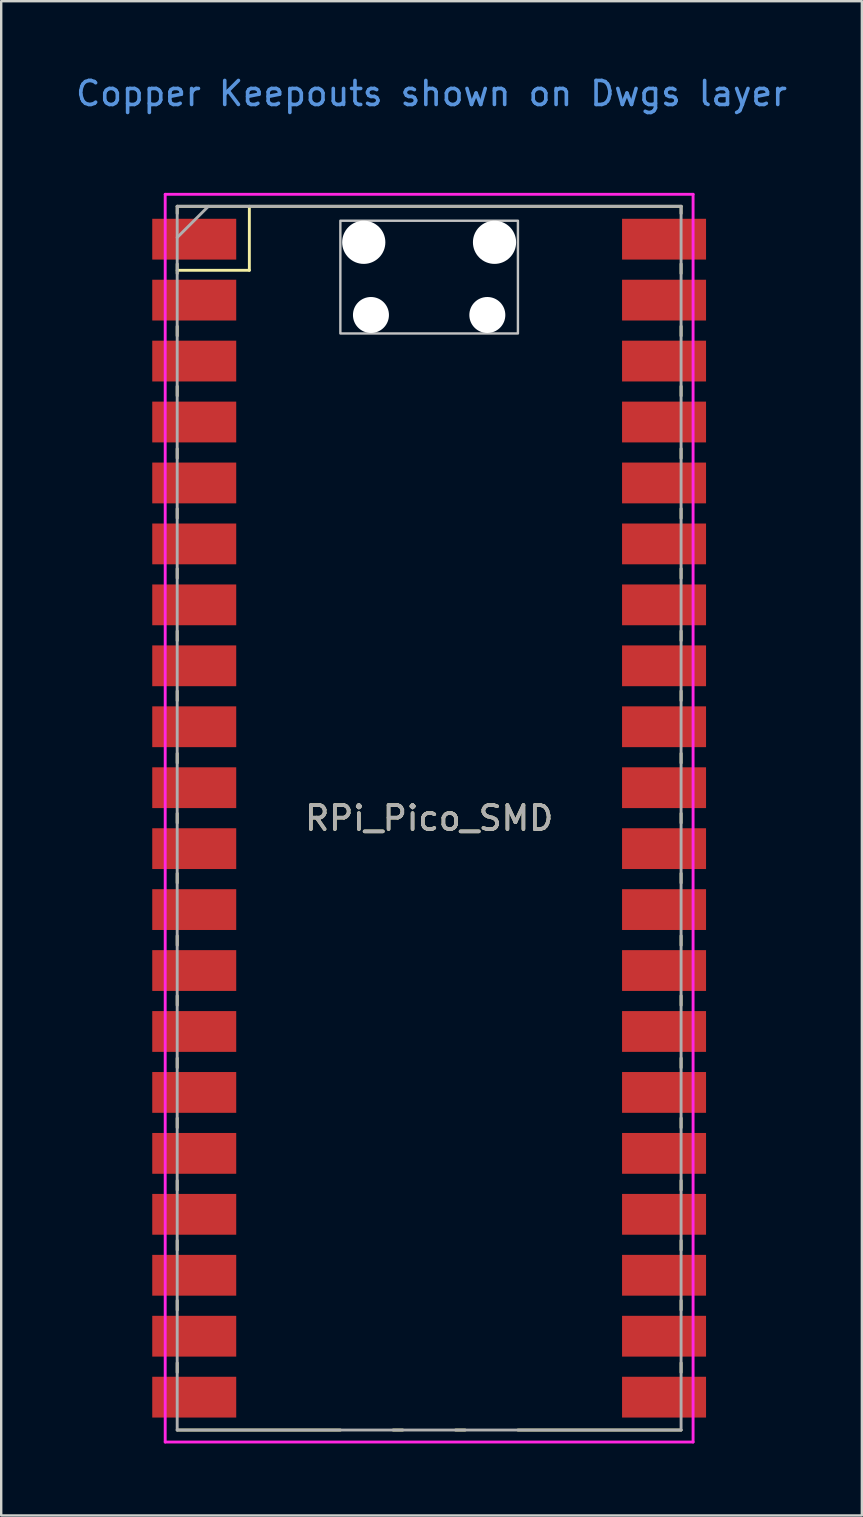
<source format=kicad_pcb>
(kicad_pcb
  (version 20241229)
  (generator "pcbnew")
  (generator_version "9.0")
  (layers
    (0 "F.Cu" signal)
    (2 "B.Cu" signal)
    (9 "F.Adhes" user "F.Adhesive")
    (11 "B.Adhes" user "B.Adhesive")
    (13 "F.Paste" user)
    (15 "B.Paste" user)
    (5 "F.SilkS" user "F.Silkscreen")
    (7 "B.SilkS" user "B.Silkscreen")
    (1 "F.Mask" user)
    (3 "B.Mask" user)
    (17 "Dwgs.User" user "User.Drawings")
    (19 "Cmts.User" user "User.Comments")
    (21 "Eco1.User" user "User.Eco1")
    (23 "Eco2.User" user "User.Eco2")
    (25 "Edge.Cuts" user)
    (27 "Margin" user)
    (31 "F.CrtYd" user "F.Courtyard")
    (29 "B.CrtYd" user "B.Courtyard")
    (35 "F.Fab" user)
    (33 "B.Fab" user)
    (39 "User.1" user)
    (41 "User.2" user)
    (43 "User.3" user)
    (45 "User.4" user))
  (footprint "RPi_Pico_SMD"
    (layer "F.Cu")
    (at 14.835 31.048)
    (property "Reference" "RPi_Pico_SMD" (at 0 0 0) (layer "F.SilkS") (effects (font (size 1 1) (thickness 0.15))))
    (attr through_hole)
    (fp_line (start -10.5 -25.5) (end -10.5 -25.2) (stroke (width 0.12) (type solid)) (layer "F.SilkS"))
    (fp_line (start -10.5 -25.5) (end 10.5 -25.5) (stroke (width 0.12) (type solid)) (layer "F.SilkS"))
    (fp_line (start -10.5 -23.1) (end -10.5 -22.7) (stroke (width 0.12) (type solid)) (layer "F.SilkS"))
    (fp_line (start -10.5 -22.833) (end -7.493 -22.833) (stroke (width 0.12) (type solid)) (layer "F.SilkS"))
    (fp_line (start -10.5 -20.5) (end -10.5 -20.1) (stroke (width 0.12) (type solid)) (layer "F.SilkS"))
    (fp_line (start -10.5 -18) (end -10.5 -17.6) (stroke (width 0.12) (type solid)) (layer "F.SilkS"))
    (fp_line (start -10.5 -15.4) (end -10.5 -15) (stroke (width 0.12) (type solid)) (layer "F.SilkS"))
    (fp_line (start -10.5 -12.9) (end -10.5 -12.5) (stroke (width 0.12) (type solid)) (layer "F.SilkS"))
    (fp_line (start -10.5 -10.4) (end -10.5 -10) (stroke (width 0.12) (type solid)) (layer "F.SilkS"))
    (fp_line (start -10.5 -7.8) (end -10.5 -7.4) (stroke (width 0.12) (type solid)) (layer "F.SilkS"))
    (fp_line (start -10.5 -5.3) (end -10.5 -4.9) (stroke (width 0.12) (type solid)) (layer "F.SilkS"))
    (fp_line (start -10.5 -2.7) (end -10.5 -2.3) (stroke (width 0.12) (type solid)) (layer "F.SilkS"))
    (fp_line (start -10.5 -0.2) (end -10.5 0.2) (stroke (width 0.12) (type solid)) (layer "F.SilkS"))
    (fp_line (start -10.5 2.3) (end -10.5 2.7) (stroke (width 0.12) (type solid)) (layer "F.SilkS"))
    (fp_line (start -10.5 4.9) (end -10.5 5.3) (stroke (width 0.12) (type solid)) (layer "F.SilkS"))
    (fp_line (start -10.5 7.4) (end -10.5 7.8) (stroke (width 0.12) (type solid)) (layer "F.SilkS"))
    (fp_line (start -10.5 10) (end -10.5 10.4) (stroke (width 0.12) (type solid)) (layer "F.SilkS"))
    (fp_line (start -10.5 12.5) (end -10.5 12.9) (stroke (width 0.12) (type solid)) (layer "F.SilkS"))
    (fp_line (start -10.5 15.1) (end -10.5 15.5) (stroke (width 0.12) (type solid)) (layer "F.SilkS"))
    (fp_line (start -10.5 17.6) (end -10.5 18) (stroke (width 0.12) (type solid)) (layer "F.SilkS"))
    (fp_line (start -10.5 20.1) (end -10.5 20.5) (stroke (width 0.12) (type solid)) (layer "F.SilkS"))
    (fp_line (start -10.5 22.7) (end -10.5 23.1) (stroke (width 0.12) (type solid)) (layer "F.SilkS"))
    (fp_line (start -7.493 -22.833) (end -7.493 -25.5) (stroke (width 0.12) (type solid)) (layer "F.SilkS"))
    (fp_line (start -3.7 25.5) (end -10.5 25.5) (stroke (width 0.12) (type solid)) (layer "F.SilkS"))
    (fp_line (start -1.5 25.5) (end -1.1 25.5) (stroke (width 0.12) (type solid)) (layer "F.SilkS"))
    (fp_line (start 1.1 25.5) (end 1.5 25.5) (stroke (width 0.12) (type solid)) (layer "F.SilkS"))
    (fp_line (start 10.5 -25.5) (end 10.5 -25.2) (stroke (width 0.12) (type solid)) (layer "F.SilkS"))
    (fp_line (start 10.5 -23.1) (end 10.5 -22.7) (stroke (width 0.12) (type solid)) (layer "F.SilkS"))
    (fp_line (start 10.5 -20.5) (end 10.5 -20.1) (stroke (width 0.12) (type solid)) (layer "F.SilkS"))
    (fp_line (start 10.5 -18) (end 10.5 -17.6) (stroke (width 0.12) (type solid)) (layer "F.SilkS"))
    (fp_line (start 10.5 -15.4) (end 10.5 -15) (stroke (width 0.12) (type solid)) (layer "F.SilkS"))
    (fp_line (start 10.5 -12.9) (end 10.5 -12.5) (stroke (width 0.12) (type solid)) (layer "F.SilkS"))
    (fp_line (start 10.5 -10.4) (end 10.5 -10) (stroke (width 0.12) (type solid)) (layer "F.SilkS"))
    (fp_line (start 10.5 -7.8) (end 10.5 -7.4) (stroke (width 0.12) (type solid)) (layer "F.SilkS"))
    (fp_line (start 10.5 -5.3) (end 10.5 -4.9) (stroke (width 0.12) (type solid)) (layer "F.SilkS"))
    (fp_line (start 10.5 -2.7) (end 10.5 -2.3) (stroke (width 0.12) (type solid)) (layer "F.SilkS"))
    (fp_line (start 10.5 -0.2) (end 10.5 0.2) (stroke (width 0.12) (type solid)) (layer "F.SilkS"))
    (fp_line (start 10.5 2.3) (end 10.5 2.7) (stroke (width 0.12) (type solid)) (layer "F.SilkS"))
    (fp_line (start 10.5 4.9) (end 10.5 5.3) (stroke (width 0.12) (type solid)) (layer "F.SilkS"))
    (fp_line (start 10.5 7.4) (end 10.5 7.8) (stroke (width 0.12) (type solid)) (layer "F.SilkS"))
    (fp_line (start 10.5 10) (end 10.5 10.4) (stroke (width 0.12) (type solid)) (layer "F.SilkS"))
    (fp_line (start 10.5 12.5) (end 10.5 12.9) (stroke (width 0.12) (type solid)) (layer "F.SilkS"))
    (fp_line (start 10.5 15.1) (end 10.5 15.5) (stroke (width 0.12) (type solid)) (layer "F.SilkS"))
    (fp_line (start 10.5 17.6) (end 10.5 18) (stroke (width 0.12) (type solid)) (layer "F.SilkS"))
    (fp_line (start 10.5 20.1) (end 10.5 20.5) (stroke (width 0.12) (type solid)) (layer "F.SilkS"))
    (fp_line (start 10.5 22.7) (end 10.5 23.1) (stroke (width 0.12) (type solid)) (layer "F.SilkS"))
    (fp_line (start 10.5 25.5) (end 3.7 25.5) (stroke (width 0.12) (type solid)) (layer "F.SilkS"))
    (fp_poly (pts (xy 3.7 -20.2) (xy -3.7 -20.2) (xy -3.7 -24.9) (xy 3.7 -24.9)) (stroke (width 0.1) (type solid)) (fill no) (layer "Dwgs.User"))
    (fp_line (start -11 -26) (end 11 -26) (stroke (width 0.12) (type solid)) (layer "F.CrtYd"))
    (fp_line (start -11 26) (end -11 -26) (stroke (width 0.12) (type solid)) (layer "F.CrtYd"))
    (fp_line (start 11 -26) (end 11 26) (stroke (width 0.12) (type solid)) (layer "F.CrtYd"))
    (fp_line (start 11 26) (end -11 26) (stroke (width 0.12) (type solid)) (layer "F.CrtYd"))
    (fp_line (start -10.5 -25.5) (end 10.5 -25.5) (stroke (width 0.12) (type solid)) (layer "F.Fab"))
    (fp_line (start -10.5 -24.2) (end -9.2 -25.5) (stroke (width 0.12) (type solid)) (layer "F.Fab"))
    (fp_line (start -10.5 25.5) (end -10.5 -25.5) (stroke (width 0.12) (type solid)) (layer "F.Fab"))
    (fp_line (start 10.5 -25.5) (end 10.5 25.5) (stroke (width 0.12) (type solid)) (layer "F.Fab"))
    (fp_line (start 10.5 25.5) (end -10.5 25.5) (stroke (width 0.12) (type solid)) (layer "F.Fab"))
    (fp_text user "Copper Keepouts shown on Dwgs layer" (at 0.1 -30.2 0) (layer "Cmts.User") (effects (font (size 1 1) (thickness 0.15))))
    (fp_text user "${REFERENCE}" (at 0 0 180) (layer "F.Fab") (effects (font (size 1 1) (thickness 0.15))))
    (pad "" np_thru_hole oval (at -2.725 -24) (size 1.8 1.8) (drill 1.8) (layers "*.Cu" "*.Mask"))
    (pad "" np_thru_hole oval (at -2.425 -20.97) (size 1.5 1.5) (drill 1.5) (layers "*.Cu" "*.Mask"))
    (pad "" np_thru_hole oval (at 2.425 -20.97) (size 1.5 1.5) (drill 1.5) (layers "*.Cu" "*.Mask"))
    (pad "" np_thru_hole oval (at 2.725 -24) (size 1.8 1.8) (drill 1.8) (layers "*.Cu" "*.Mask"))
    (pad "1" smd rect (at -8.89 -24.13) (size 3.5 1.7) (drill (offset -0.9 0)) (layers "F.Cu" "F.Mask"))
    (pad "2" smd rect (at -8.89 -21.59) (size 3.5 1.7) (drill (offset -0.9 0)) (layers "F.Cu" "F.Mask"))
    (pad "3" smd rect (at -8.89 -19.05) (size 3.5 1.7) (drill (offset -0.9 0)) (layers "F.Cu" "F.Mask"))
    (pad "4" smd rect (at -8.89 -16.51) (size 3.5 1.7) (drill (offset -0.9 0)) (layers "F.Cu" "F.Mask"))
    (pad "5" smd rect (at -8.89 -13.97) (size 3.5 1.7) (drill (offset -0.9 0)) (layers "F.Cu" "F.Mask"))
    (pad "6" smd rect (at -8.89 -11.43) (size 3.5 1.7) (drill (offset -0.9 0)) (layers "F.Cu" "F.Mask"))
    (pad "7" smd rect (at -8.89 -8.89) (size 3.5 1.7) (drill (offset -0.9 0)) (layers "F.Cu" "F.Mask"))
    (pad "8" smd rect (at -8.89 -6.35) (size 3.5 1.7) (drill (offset -0.9 0)) (layers "F.Cu" "F.Mask"))
    (pad "9" smd rect (at -8.89 -3.81) (size 3.5 1.7) (drill (offset -0.9 0)) (layers "F.Cu" "F.Mask"))
    (pad "10" smd rect (at -8.89 -1.27) (size 3.5 1.7) (drill (offset -0.9 0)) (layers "F.Cu" "F.Mask"))
    (pad "11" smd rect (at -8.89 1.27) (size 3.5 1.7) (drill (offset -0.9 0)) (layers "F.Cu" "F.Mask"))
    (pad "12" smd rect (at -8.89 3.81) (size 3.5 1.7) (drill (offset -0.9 0)) (layers "F.Cu" "F.Mask"))
    (pad "13" smd rect (at -8.89 6.35) (size 3.5 1.7) (drill (offset -0.9 0)) (layers "F.Cu" "F.Mask"))
    (pad "14" smd rect (at -8.89 8.89) (size 3.5 1.7) (drill (offset -0.9 0)) (layers "F.Cu" "F.Mask"))
    (pad "15" smd rect (at -8.89 11.43) (size 3.5 1.7) (drill (offset -0.9 0)) (layers "F.Cu" "F.Mask"))
    (pad "16" smd rect (at -8.89 13.97) (size 3.5 1.7) (drill (offset -0.9 0)) (layers "F.Cu" "F.Mask"))
    (pad "17" smd rect (at -8.89 16.51) (size 3.5 1.7) (drill (offset -0.9 0)) (layers "F.Cu" "F.Mask"))
    (pad "18" smd rect (at -8.89 19.05) (size 3.5 1.7) (drill (offset -0.9 0)) (layers "F.Cu" "F.Mask"))
    (pad "19" smd rect (at -8.89 21.59) (size 3.5 1.7) (drill (offset -0.9 0)) (layers "F.Cu" "F.Mask"))
    (pad "20" smd rect (at -8.89 24.13) (size 3.5 1.7) (drill (offset -0.9 0)) (layers "F.Cu" "F.Mask"))
    (pad "21" smd rect (at 8.89 24.13) (size 3.5 1.7) (drill (offset 0.9 0)) (layers "F.Cu" "F.Mask"))
    (pad "22" smd rect (at 8.89 21.59) (size 3.5 1.7) (drill (offset 0.9 0)) (layers "F.Cu" "F.Mask"))
    (pad "23" smd rect (at 8.89 19.05) (size 3.5 1.7) (drill (offset 0.9 0)) (layers "F.Cu" "F.Mask"))
    (pad "24" smd rect (at 8.89 16.51) (size 3.5 1.7) (drill (offset 0.9 0)) (layers "F.Cu" "F.Mask"))
    (pad "25" smd rect (at 8.89 13.97) (size 3.5 1.7) (drill (offset 0.9 0)) (layers "F.Cu" "F.Mask"))
    (pad "26" smd rect (at 8.89 11.43) (size 3.5 1.7) (drill (offset 0.9 0)) (layers "F.Cu" "F.Mask"))
    (pad "27" smd rect (at 8.89 8.89) (size 3.5 1.7) (drill (offset 0.9 0)) (layers "F.Cu" "F.Mask"))
    (pad "28" smd rect (at 8.89 6.35) (size 3.5 1.7) (drill (offset 0.9 0)) (layers "F.Cu" "F.Mask"))
    (pad "29" smd rect (at 8.89 3.81) (size 3.5 1.7) (drill (offset 0.9 0)) (layers "F.Cu" "F.Mask"))
    (pad "30" smd rect (at 8.89 1.27) (size 3.5 1.7) (drill (offset 0.9 0)) (layers "F.Cu" "F.Mask"))
    (pad "31" smd rect (at 8.89 -1.27) (size 3.5 1.7) (drill (offset 0.9 0)) (layers "F.Cu" "F.Mask"))
    (pad "32" smd rect (at 8.89 -3.81) (size 3.5 1.7) (drill (offset 0.9 0)) (layers "F.Cu" "F.Mask"))
    (pad "33" smd rect (at 8.89 -6.35) (size 3.5 1.7) (drill (offset 0.9 0)) (layers "F.Cu" "F.Mask"))
    (pad "34" smd rect (at 8.89 -8.89) (size 3.5 1.7) (drill (offset 0.9 0)) (layers "F.Cu" "F.Mask"))
    (pad "35" smd rect (at 8.89 -11.43) (size 3.5 1.7) (drill (offset 0.9 0)) (layers "F.Cu" "F.Mask"))
    (pad "36" smd rect (at 8.89 -13.97) (size 3.5 1.7) (drill (offset 0.9 0)) (layers "F.Cu" "F.Mask"))
    (pad "37" smd rect (at 8.89 -16.51) (size 3.5 1.7) (drill (offset 0.9 0)) (layers "F.Cu" "F.Mask"))
    (pad "38" smd rect (at 8.89 -19.05) (size 3.5 1.7) (drill (offset 0.9 0)) (layers "F.Cu" "F.Mask"))
    (pad "39" smd rect (at 8.89 -21.59) (size 3.5 1.7) (drill (offset 0.9 0)) (layers "F.Cu" "F.Mask"))
    (pad "40" smd rect (at 8.89 -24.13) (size 3.5 1.7) (drill (offset 0.9 0)) (layers "F.Cu" "F.Mask")))
  (gr_rect
    (start -3 -3)
    (end 32.869 60.108)
    (stroke (width 0.1) (type default))
    (fill no)
    (layer "Edge.Cuts")))
</source>
